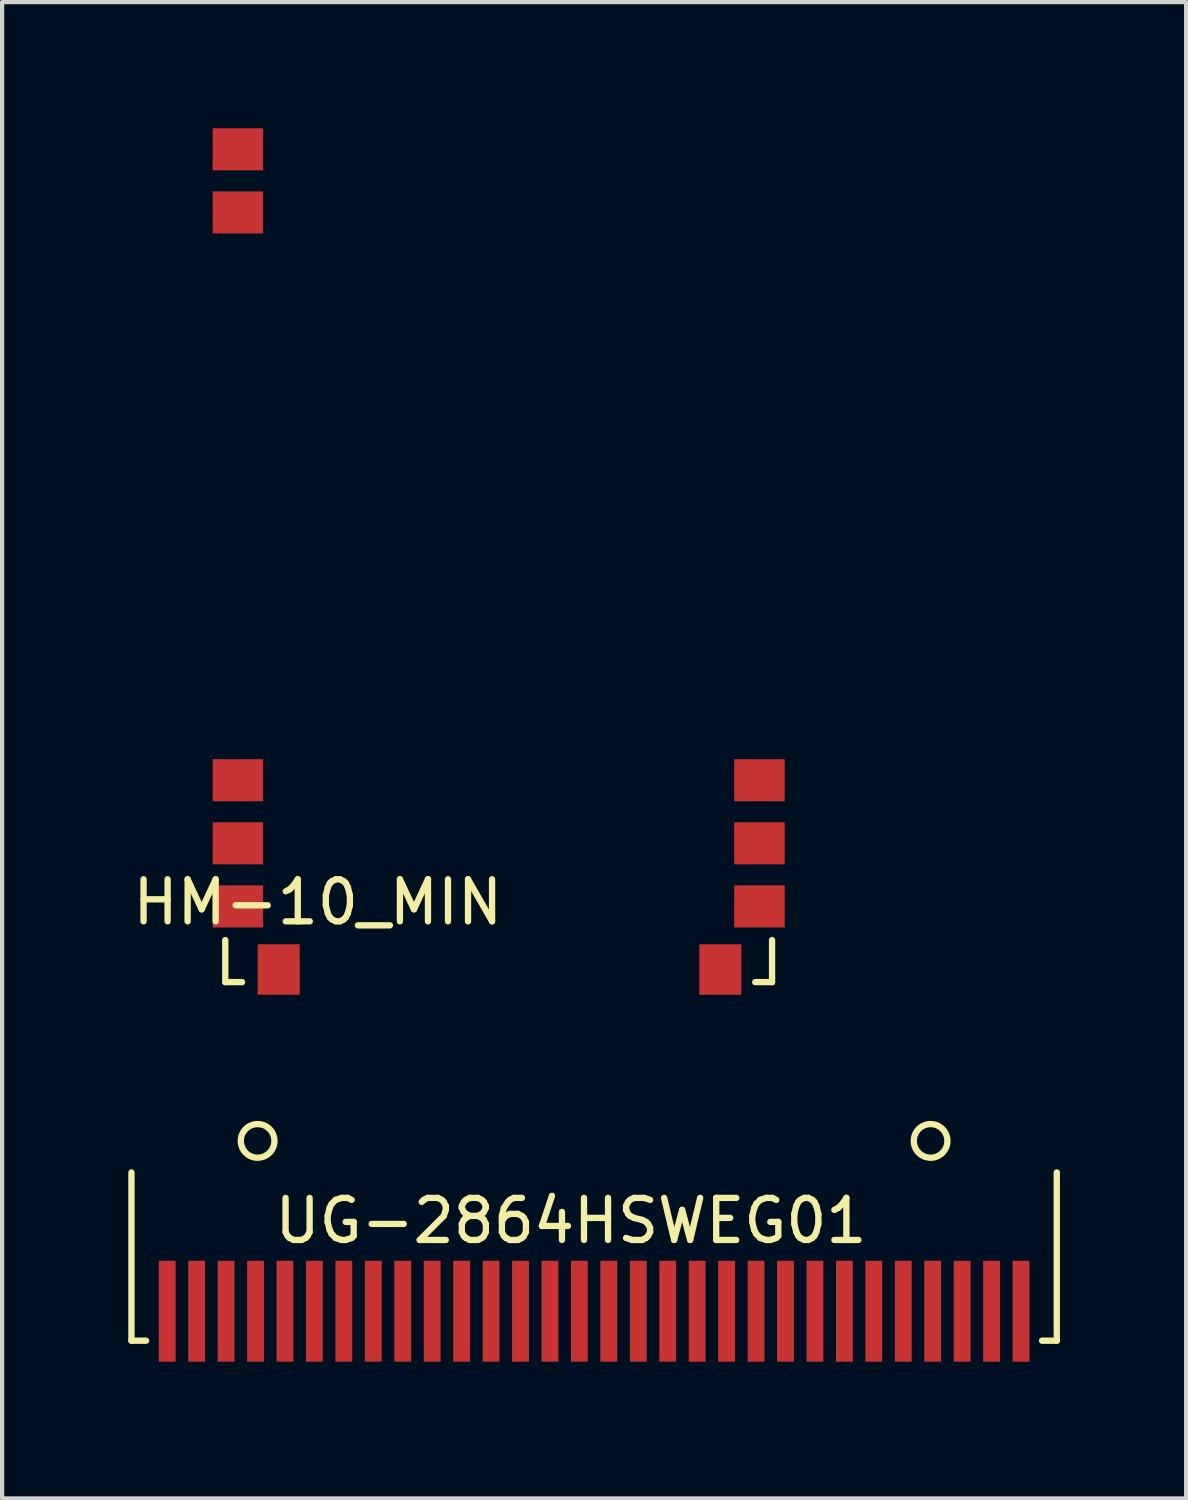
<source format=kicad_pcb>
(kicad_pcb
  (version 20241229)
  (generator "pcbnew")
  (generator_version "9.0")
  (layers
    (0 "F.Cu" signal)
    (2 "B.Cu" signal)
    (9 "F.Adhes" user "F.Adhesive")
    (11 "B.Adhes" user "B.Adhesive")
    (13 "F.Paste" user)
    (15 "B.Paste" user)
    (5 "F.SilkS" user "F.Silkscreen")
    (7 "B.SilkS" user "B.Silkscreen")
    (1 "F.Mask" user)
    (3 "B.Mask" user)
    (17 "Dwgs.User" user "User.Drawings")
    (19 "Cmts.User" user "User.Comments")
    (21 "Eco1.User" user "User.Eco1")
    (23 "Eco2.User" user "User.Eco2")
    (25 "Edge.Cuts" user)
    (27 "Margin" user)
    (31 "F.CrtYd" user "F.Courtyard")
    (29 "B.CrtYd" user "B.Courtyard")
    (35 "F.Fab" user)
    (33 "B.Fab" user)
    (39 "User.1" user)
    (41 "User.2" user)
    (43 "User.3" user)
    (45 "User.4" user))
  (footprint "UG-2864HSWEG01"
    (layer "F.Cu")
    (at 0.925 29.325)
    (property "Reference" "UG-2864HSWEG01" (at 9.6 -3.35 0) (layer "F.SilkS") (effects (font (size 1 1) (thickness 0.15))))
    (attr through_hole)
    (fp_line (start -0.85 -0.5) (end -0.85 -4.5) (stroke (width 0.15) (type solid)) (layer "F.SilkS"))
    (fp_line (start -0.85 -0.5) (end -0.5 -0.5) (stroke (width 0.15) (type solid)) (layer "F.SilkS"))
    (fp_line (start 20.8 -0.5) (end 21.15 -0.5) (stroke (width 0.15) (type solid)) (layer "F.SilkS"))
    (fp_line (start 21.15 -0.5) (end 21.15 -4.5) (stroke (width 0.15) (type solid)) (layer "F.SilkS"))
    (fp_circle (center 2.15 -5.25) (end 2.55 -5.25) (stroke (width 0.15) (type solid)) (fill no) (layer "F.SilkS"))
    (fp_circle (center 18.15 -5.25) (end 18.55 -5.25) (stroke (width 0.15) (type solid)) (fill no) (layer "F.SilkS"))
    (pad "1" smd rect (at 0 -1.2) (size 0.4 2.4) (layers "F.Cu" "F.Mask" "F.Paste"))
    (pad "2" smd rect (at 0.7 -1.2) (size 0.4 2.4) (layers "F.Cu" "F.Mask" "F.Paste"))
    (pad "3" smd rect (at 1.4 -1.2) (size 0.4 2.4) (layers "F.Cu" "F.Mask" "F.Paste"))
    (pad "4" smd rect (at 2.1 -1.2) (size 0.4 2.4) (layers "F.Cu" "F.Mask" "F.Paste"))
    (pad "5" smd rect (at 2.8 -1.2) (size 0.4 2.4) (layers "F.Cu" "F.Mask" "F.Paste"))
    (pad "6" smd rect (at 3.5 -1.2) (size 0.4 2.4) (layers "F.Cu" "F.Mask" "F.Paste"))
    (pad "7" smd rect (at 4.2 -1.2) (size 0.4 2.4) (layers "F.Cu" "F.Mask" "F.Paste"))
    (pad "8" smd rect (at 4.9 -1.2) (size 0.4 2.4) (layers "F.Cu" "F.Mask" "F.Paste"))
    (pad "9" smd rect (at 5.6 -1.2) (size 0.4 2.4) (layers "F.Cu" "F.Mask" "F.Paste"))
    (pad "10" smd rect (at 6.3 -1.2) (size 0.4 2.4) (layers "F.Cu" "F.Mask" "F.Paste"))
    (pad "11" smd rect (at 7 -1.2) (size 0.4 2.4) (layers "F.Cu" "F.Mask" "F.Paste"))
    (pad "12" smd rect (at 7.7 -1.2) (size 0.4 2.4) (layers "F.Cu" "F.Mask" "F.Paste"))
    (pad "13" smd rect (at 8.4 -1.2) (size 0.4 2.4) (layers "F.Cu" "F.Mask" "F.Paste"))
    (pad "14" smd rect (at 9.1 -1.2) (size 0.4 2.4) (layers "F.Cu" "F.Mask" "F.Paste"))
    (pad "15" smd rect (at 9.8 -1.2) (size 0.4 2.4) (layers "F.Cu" "F.Mask" "F.Paste"))
    (pad "16" smd rect (at 10.5 -1.2) (size 0.4 2.4) (layers "F.Cu" "F.Mask" "F.Paste"))
    (pad "17" smd rect (at 11.2 -1.2) (size 0.4 2.4) (layers "F.Cu" "F.Mask" "F.Paste"))
    (pad "18" smd rect (at 11.9 -1.2) (size 0.4 2.4) (layers "F.Cu" "F.Mask" "F.Paste"))
    (pad "19" smd rect (at 12.6 -1.2) (size 0.4 2.4) (layers "F.Cu" "F.Mask" "F.Paste"))
    (pad "20" smd rect (at 13.3 -1.2) (size 0.4 2.4) (layers "F.Cu" "F.Mask" "F.Paste"))
    (pad "21" smd rect (at 14 -1.2) (size 0.4 2.4) (layers "F.Cu" "F.Mask" "F.Paste"))
    (pad "22" smd rect (at 14.7 -1.2) (size 0.4 2.4) (layers "F.Cu" "F.Mask" "F.Paste"))
    (pad "23" smd rect (at 15.4 -1.2) (size 0.4 2.4) (layers "F.Cu" "F.Mask" "F.Paste"))
    (pad "24" smd rect (at 16.1 -1.2) (size 0.4 2.4) (layers "F.Cu" "F.Mask" "F.Paste"))
    (pad "25" smd rect (at 16.8 -1.2) (size 0.4 2.4) (layers "F.Cu" "F.Mask" "F.Paste"))
    (pad "26" smd rect (at 17.5 -1.2) (size 0.4 2.4) (layers "F.Cu" "F.Mask" "F.Paste"))
    (pad "27" smd rect (at 18.2 -1.2) (size 0.4 2.4) (layers "F.Cu" "F.Mask" "F.Paste"))
    (pad "28" smd rect (at 18.9 -1.2) (size 0.4 2.4) (layers "F.Cu" "F.Mask" "F.Paste"))
    (pad "29" smd rect (at 19.6 -1.2) (size 0.4 2.4) (layers "F.Cu" "F.Mask" "F.Paste"))
    (pad "30" smd rect (at 20.3 -1.2) (size 0.4 2.4) (layers "F.Cu" "F.Mask" "F.Paste")))
  (footprint "HM-10_MIN"
    (layer "F.Cu")
    (at 2.306 20.3)
    (property "Reference" "HM-10_MIN" (at 2.2 -1.9 0) (layer "F.SilkS") (effects (font (size 1 1) (thickness 0.15))))
    (attr through_hole)
    (fp_line (start 0 -1) (end 0 0) (stroke (width 0.15) (type solid)) (layer "F.SilkS"))
    (fp_line (start 0 0) (end 0.4 0) (stroke (width 0.15) (type solid)) (layer "F.SilkS"))
    (fp_line (start 12.6 0) (end 13 0) (stroke (width 0.15) (type solid)) (layer "F.SilkS"))
    (fp_line (start 13 0) (end 13 -1) (stroke (width 0.15) (type solid)) (layer "F.SilkS"))
    (pad "1" smd rect (at 0.3 -19.8) (size 1.2 1) (layers "F.Cu" "F.Mask" "F.Paste"))
    (pad "2" smd rect (at 0.3 -18.3) (size 1.2 1) (layers "F.Cu" "F.Mask" "F.Paste"))
    (pad "11" smd rect (at 0.3 -4.8) (size 1.2 1) (layers "F.Cu" "F.Mask" "F.Paste"))
    (pad "12" smd rect (at 0.3 -3.3) (size 1.2 1) (layers "F.Cu" "F.Mask" "F.Paste"))
    (pad "13" smd rect (at 0.3 -1.8) (size 1.2 1) (layers "F.Cu" "F.Mask" "F.Paste"))
    (pad "14" smd rect (at 1.27 -0.3) (size 1 1.2) (layers "F.Cu" "F.Mask" "F.Paste"))
    (pad "21" smd rect (at 11.77 -0.3) (size 1 1.2) (layers "F.Cu" "F.Mask" "F.Paste"))
    (pad "22" smd rect (at 12.7 -1.8) (size 1.2 1) (layers "F.Cu" "F.Mask" "F.Paste"))
    (pad "23" smd rect (at 12.7 -3.3) (size 1.2 1) (layers "F.Cu" "F.Mask" "F.Paste"))
    (pad "24" smd rect (at 12.7 -4.8) (size 1.2 1) (layers "F.Cu" "F.Mask" "F.Paste")))
  (gr_rect
    (start -3 -3)
    (end 25.15 32.575)
    (stroke (width 0.1) (type default))
    (fill no)
    (layer "Edge.Cuts")))
</source>
